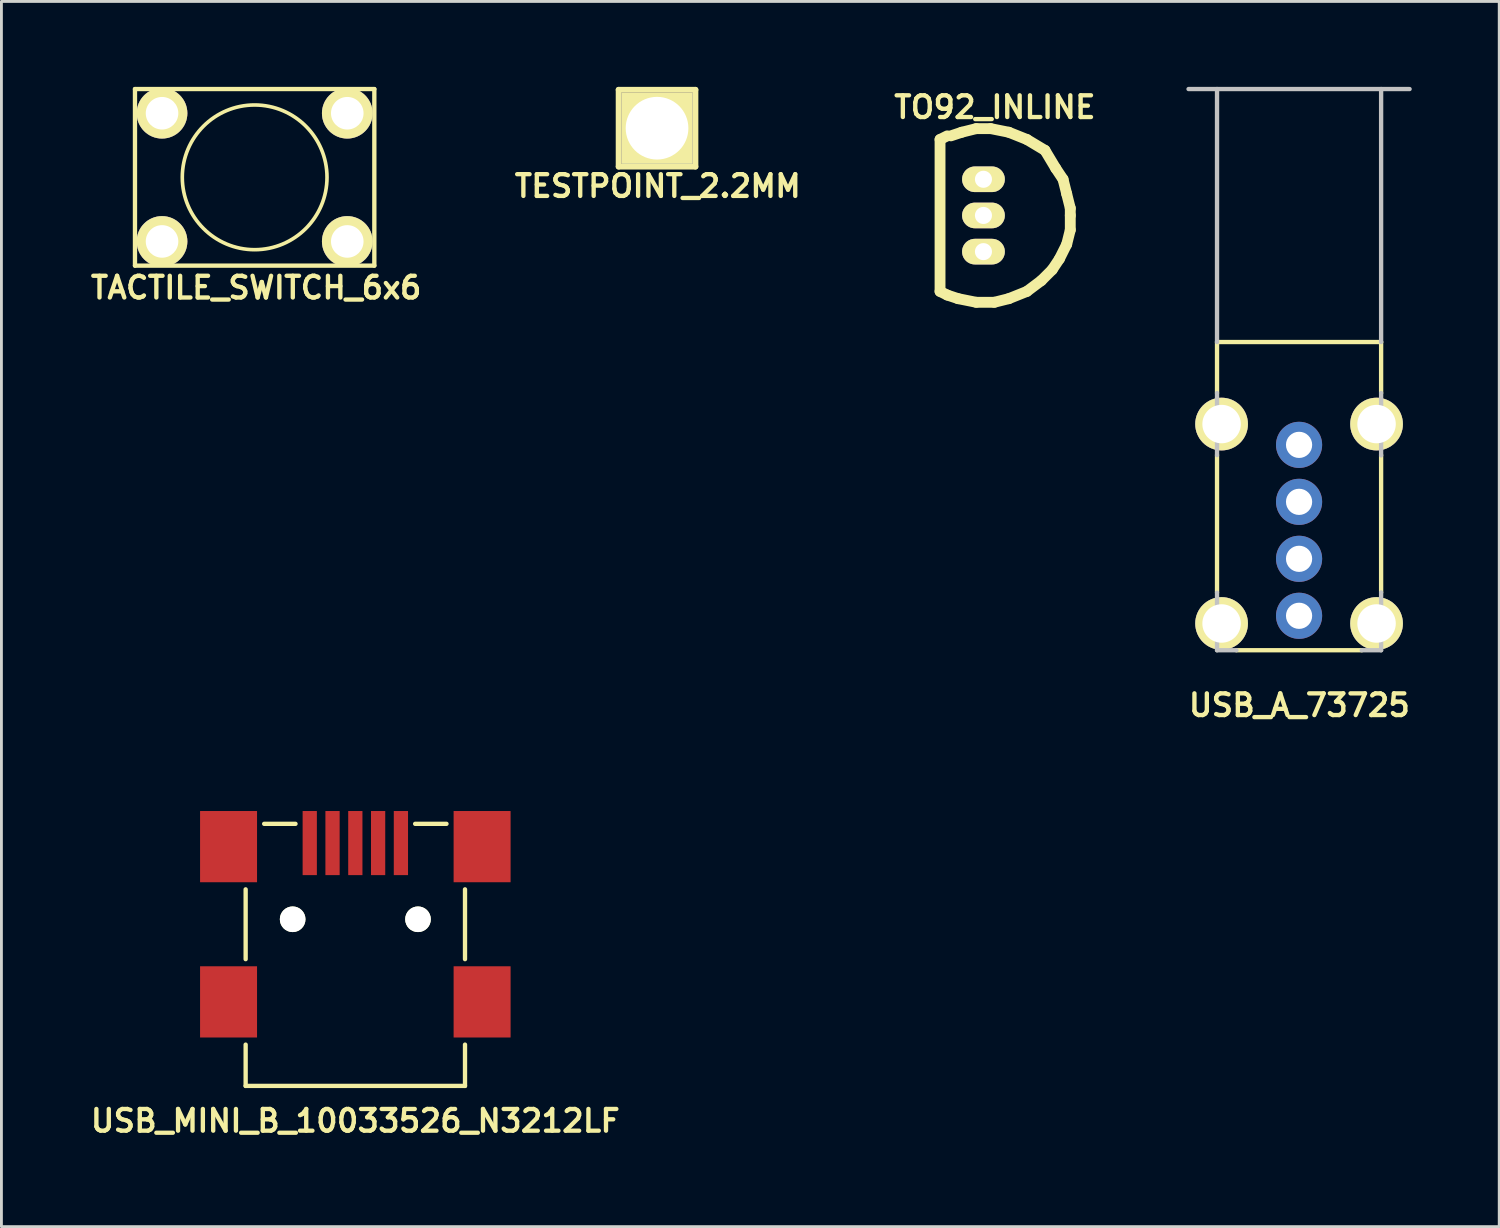
<source format=kicad_pcb>
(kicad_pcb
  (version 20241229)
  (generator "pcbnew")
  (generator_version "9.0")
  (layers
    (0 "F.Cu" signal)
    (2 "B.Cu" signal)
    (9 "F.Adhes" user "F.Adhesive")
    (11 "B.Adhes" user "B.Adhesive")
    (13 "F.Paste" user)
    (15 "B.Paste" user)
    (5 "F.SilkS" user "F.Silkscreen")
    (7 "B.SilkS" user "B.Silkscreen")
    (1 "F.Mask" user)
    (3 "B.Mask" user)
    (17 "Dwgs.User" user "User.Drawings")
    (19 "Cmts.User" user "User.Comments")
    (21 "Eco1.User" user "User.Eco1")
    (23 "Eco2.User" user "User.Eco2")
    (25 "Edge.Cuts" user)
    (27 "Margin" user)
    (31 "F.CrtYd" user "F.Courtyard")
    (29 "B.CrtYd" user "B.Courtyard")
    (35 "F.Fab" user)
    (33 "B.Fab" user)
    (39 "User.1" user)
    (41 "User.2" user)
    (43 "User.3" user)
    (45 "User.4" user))
  (footprint "TESTPOINT_2.2MM"
    (layer "F.Cu")
    (at 20.014 1.45)
    (property "Reference" "TESTPOINT_2.2MM" (at 0.025 2.032 0) (layer "F.SilkS") (effects (font (size 0.762 0.762) (thickness 0.152))))
    (attr through_hole)
    (fp_line (start -1.35 -1.35) (end 1.35 -1.35) (stroke (width 0.2) (type solid)) (layer "F.SilkS"))
    (fp_line (start -1.35 1.35) (end -1.35 -1.35) (stroke (width 0.2) (type solid)) (layer "F.SilkS"))
    (fp_line (start 1.35 1.35) (end -1.35 1.35) (stroke (width 0.2) (type solid)) (layer "F.SilkS"))
    (fp_line (start 1.35 1.35) (end 1.35 -1.35) (stroke (width 0.2) (type solid)) (layer "F.SilkS"))
    (pad "1" thru_hole rect (at 0 0) (size 2.5 2.5) (drill 2.2) (layers "*.Cu" "*.Mask" "F.SilkS")))
  (footprint "TO92_INLINE"
    (layer "F.Cu")
    (at 31.472 4.513)
    (property "Reference" "TO92_INLINE" (at 0.4 -3.8 0) (layer "F.SilkS") (effects (font (size 0.762 0.762) (thickness 0.152))))
    (attr through_hole)
    (fp_line (start -1.524 -2.667) (end -1.524 2.667) (stroke (width 0.381) (type solid)) (layer "F.SilkS"))
    (fp_line (start -1.524 -2.667) (end -1.27 -2.794) (stroke (width 0.381) (type solid)) (layer "F.SilkS"))
    (fp_line (start -1.27 2.794) (end -1.524 2.667) (stroke (width 0.381) (type solid)) (layer "F.SilkS"))
    (fp_line (start -1.143 -2.794) (end -0.762 -2.921) (stroke (width 0.381) (type solid)) (layer "F.SilkS"))
    (fp_line (start -0.889 2.921) (end -1.27 2.794) (stroke (width 0.381) (type solid)) (layer "F.SilkS"))
    (fp_line (start -0.762 -2.921) (end -0.254 -3.048) (stroke (width 0.381) (type solid)) (layer "F.SilkS"))
    (fp_line (start -0.254 -3.048) (end 0.254 -3.048) (stroke (width 0.381) (type solid)) (layer "F.SilkS"))
    (fp_line (start -0.254 3.048) (end -0.889 2.921) (stroke (width 0.381) (type solid)) (layer "F.SilkS"))
    (fp_line (start 0.254 -3.048) (end 0.889 -2.921) (stroke (width 0.381) (type solid)) (layer "F.SilkS"))
    (fp_line (start 0.381 3.048) (end -0.254 3.048) (stroke (width 0.381) (type solid)) (layer "F.SilkS"))
    (fp_line (start 0.889 -2.921) (end 1.524 -2.667) (stroke (width 0.381) (type solid)) (layer "F.SilkS"))
    (fp_line (start 0.889 2.921) (end 0.381 3.048) (stroke (width 0.381) (type solid)) (layer "F.SilkS"))
    (fp_line (start 1.524 -2.667) (end 2.159 -2.286) (stroke (width 0.381) (type solid)) (layer "F.SilkS"))
    (fp_line (start 1.524 2.667) (end 0.889 2.921) (stroke (width 0.381) (type solid)) (layer "F.SilkS"))
    (fp_line (start 2.032 2.286) (end 1.524 2.667) (stroke (width 0.381) (type solid)) (layer "F.SilkS"))
    (fp_line (start 2.159 -2.286) (end 2.54 -1.651) (stroke (width 0.381) (type solid)) (layer "F.SilkS"))
    (fp_line (start 2.413 1.905) (end 2.032 2.286) (stroke (width 0.381) (type solid)) (layer "F.SilkS"))
    (fp_line (start 2.54 -1.651) (end 2.794 -1.27) (stroke (width 0.381) (type solid)) (layer "F.SilkS"))
    (fp_line (start 2.667 1.524) (end 2.413 1.905) (stroke (width 0.381) (type solid)) (layer "F.SilkS"))
    (fp_line (start 2.794 -1.27) (end 2.921 -0.762) (stroke (width 0.381) (type solid)) (layer "F.SilkS"))
    (fp_line (start 2.921 -0.762) (end 3.048 -0.254) (stroke (width 0.381) (type solid)) (layer "F.SilkS"))
    (fp_line (start 2.921 1.016) (end 2.667 1.524) (stroke (width 0.381) (type solid)) (layer "F.SilkS"))
    (fp_line (start 3.048 -0.254) (end 3.048 0) (stroke (width 0.381) (type solid)) (layer "F.SilkS"))
    (fp_line (start 3.048 0) (end 3.048 0.508) (stroke (width 0.381) (type solid)) (layer "F.SilkS"))
    (fp_line (start 3.048 0.508) (end 2.921 1.016) (stroke (width 0.381) (type solid)) (layer "F.SilkS"))
    (pad "1" thru_hole oval (at 0 -1.27 90) (size 0.899 1.501) (drill 0.599) (layers "*.Cu" "*.Mask" "F.SilkS"))
    (pad "2" thru_hole oval (at 0 0 90) (size 0.899 1.501) (drill 0.599) (layers "*.Cu" "*.Mask" "F.SilkS"))
    (pad "3" thru_hole oval (at 0 1.27 90) (size 0.899 1.501) (drill 0.599) (layers "*.Cu" "*.Mask" "F.SilkS")))
  (footprint "USB_A_73725"
    (layer "F.Cu")
    (at 42.551 12.566)
    (property "Reference" "USB_A_73725" (at 0.01 9.14 0) (layer "F.SilkS") (effects (font (size 0.762 0.762) (thickness 0.152))))
    (attr smd)
    (fp_line (start -2.88 -3.61) (end 2.88 -3.61) (stroke (width 0.152) (type solid)) (layer "F.SilkS"))
    (fp_line (start -2.88 -1.82) (end -2.88 -3.61) (stroke (width 0.152) (type solid)) (layer "F.SilkS"))
    (fp_line (start -2.88 0.36) (end -2.88 5.18) (stroke (width 0.152) (type solid)) (layer "F.SilkS"))
    (fp_line (start 2.2 7.21) (end -2.2 7.21) (stroke (width 0.152) (type solid)) (layer "F.SilkS"))
    (fp_line (start 2.88 -1.82) (end 2.88 -3.61) (stroke (width 0.152) (type solid)) (layer "F.SilkS"))
    (fp_line (start 2.88 0.36) (end 2.88 5.18) (stroke (width 0.152) (type solid)) (layer "F.SilkS"))
    (fp_line (start -2.88 -12.49) (end -3.88 -12.49) (stroke (width 0.152) (type solid)) (layer "Dwgs.User"))
    (fp_line (start -2.88 -12.49) (end 2.88 -12.49) (stroke (width 0.152) (type solid)) (layer "Dwgs.User"))
    (fp_line (start -2.88 -3.61) (end -2.88 -12.49) (stroke (width 0.152) (type solid)) (layer "Dwgs.User"))
    (fp_line (start -2.88 -1.82) (end -2.88 0.36) (stroke (width 0.152) (type solid)) (layer "Dwgs.User"))
    (fp_line (start -2.88 7.21) (end -2.88 5.19) (stroke (width 0.152) (type solid)) (layer "Dwgs.User"))
    (fp_line (start -2.2 7.21) (end -2.88 7.21) (stroke (width 0.152) (type solid)) (layer "Dwgs.User"))
    (fp_line (start 2.2 7.21) (end 2.88 7.21) (stroke (width 0.152) (type solid)) (layer "Dwgs.User"))
    (fp_line (start 2.88 -12.49) (end 3.88 -12.49) (stroke (width 0.152) (type solid)) (layer "Dwgs.User"))
    (fp_line (start 2.88 -3.61) (end 2.88 -12.49) (stroke (width 0.152) (type solid)) (layer "Dwgs.User"))
    (fp_line (start 2.88 -1.82) (end 2.88 0.37) (stroke (width 0.152) (type solid)) (layer "Dwgs.User"))
    (fp_line (start 2.88 7.21) (end 2.88 5.18) (stroke (width 0.152) (type solid)) (layer "Dwgs.User"))
    (pad "1" thru_hole circle (at 0 0) (size 1.62 1.62) (drill 0.92) (layers "*.Cu" "*.Mask"))
    (pad "2" thru_hole circle (at 0 2) (size 1.62 1.62) (drill 0.92) (layers "*.Cu" "*.Mask"))
    (pad "3" thru_hole circle (at 0 4) (size 1.62 1.62) (drill 0.92) (layers "*.Cu" "*.Mask"))
    (pad "4" thru_hole circle (at 0 6) (size 1.62 1.62) (drill 0.92) (layers "*.Cu" "*.Mask"))
    (pad "5" thru_hole circle (at -2.72 -0.73) (size 1.85 1.85) (drill 1.35) (layers "*.Cu" "*.Mask" "F.SilkS"))
    (pad "6" thru_hole circle (at -2.72 6.27) (size 1.85 1.85) (drill 1.35) (layers "*.Cu" "*.Mask" "F.SilkS"))
    (pad "7" thru_hole circle (at 2.72 6.27) (size 1.85 1.85) (drill 1.35) (layers "*.Cu" "*.Mask" "F.SilkS"))
    (pad "8" thru_hole circle (at 2.72 -0.73) (size 1.85 1.85) (drill 1.35) (layers "*.Cu" "*.Mask" "F.SilkS")))
  (footprint "USB_MINI_B_10033526_N3212LF"
    (layer "F.Cu")
    (at 9.423 29.394)
    (property "Reference" "USB_MINI_B_10033526_N3212LF" (at 0 6.901 0) (layer "F.SilkS") (effects (font (size 0.762 0.762) (thickness 0.152))))
    (attr through_hole)
    (fp_line (start -3.85 1.225) (end -3.85 -1.225) (stroke (width 0.152) (type solid)) (layer "F.SilkS"))
    (fp_line (start -3.85 5.675) (end -3.85 4.225) (stroke (width 0.152) (type solid)) (layer "F.SilkS"))
    (fp_line (start -3.85 5.675) (end 3.85 5.675) (stroke (width 0.152) (type solid)) (layer "F.SilkS"))
    (fp_line (start -2.1 -3.525) (end -3.2 -3.525) (stroke (width 0.152) (type solid)) (layer "F.SilkS"))
    (fp_line (start 3.2 -3.525) (end 2.1 -3.525) (stroke (width 0.152) (type solid)) (layer "F.SilkS"))
    (fp_line (start 3.85 1.225) (end 3.85 -1.225) (stroke (width 0.152) (type solid)) (layer "F.SilkS"))
    (fp_line (start 3.85 5.675) (end 3.85 4.225) (stroke (width 0.152) (type solid)) (layer "F.SilkS"))
    (pad "" np_thru_hole circle (at -2.2 -0.175 90) (size 0.9 0.9) (drill 0.9) (layers "*.Cu" "*.Mask" "F.SilkS"))
    (pad "" np_thru_hole circle (at 2.2 -0.175 90) (size 0.9 0.9) (drill 0.9) (layers "*.Cu" "*.Mask" "F.SilkS"))
    (pad "1" smd rect (at -1.6 -2.85 90) (size 2.25 0.5) (layers "F.Cu" "F.Mask" "F.Paste"))
    (pad "2" smd rect (at -0.8 -2.85 90) (size 2.25 0.5) (layers "F.Cu" "F.Mask" "F.Paste"))
    (pad "3" smd rect (at 0 -2.85 90) (size 2.25 0.5) (layers "F.Cu" "F.Mask" "F.Paste"))
    (pad "4" smd rect (at 0.8 -2.85 90) (size 2.25 0.5) (layers "F.Cu" "F.Mask" "F.Paste"))
    (pad "5" smd rect (at 1.6 -2.85 90) (size 2.25 0.5) (layers "F.Cu" "F.Mask" "F.Paste"))
    (pad "6" smd rect (at -4.45 -2.725) (size 2 2.5) (layers "F.Cu" "F.Mask" "F.Paste"))
    (pad "7" smd rect (at -4.45 2.725) (size 2 2.5) (layers "F.Cu" "F.Mask" "F.Paste"))
    (pad "8" smd rect (at 4.45 2.725) (size 2 2.5) (layers "F.Cu" "F.Mask" "F.Paste"))
    (pad "9" smd rect (at 4.45 -2.725) (size 2 2.5) (layers "F.Cu" "F.Mask" "F.Paste")))
  (footprint "TACTILE_SWITCH_6x6"
    (layer "F.Cu")
    (at 5.889 3.175)
    (property "Reference" "TACTILE_SWITCH_6x6" (at 0.051 3.873 0) (layer "F.SilkS") (effects (font (size 0.762 0.762) (thickness 0.152))))
    (attr through_hole)
    (fp_line (start -4.201 -3.099) (end 4.201 -3.099) (stroke (width 0.152) (type solid)) (layer "F.SilkS"))
    (fp_line (start -4.201 3.099) (end -4.201 -3.099) (stroke (width 0.152) (type solid)) (layer "F.SilkS"))
    (fp_line (start 4.201 -3.099) (end 4.201 3.099) (stroke (width 0.152) (type solid)) (layer "F.SilkS"))
    (fp_line (start 4.201 3.099) (end -4.201 3.099) (stroke (width 0.152) (type solid)) (layer "F.SilkS"))
    (fp_circle (center 0 0) (end 0 -2.54) (stroke (width 0.127) (type solid)) (fill no) (layer "F.SilkS"))
    (pad "1" thru_hole circle (at -3.251 -2.25) (size 1.778 1.778) (drill 1.143) (layers "*.Cu" "*.Mask" "F.SilkS"))
    (pad "2" thru_hole circle (at 3.251 -2.25) (size 1.778 1.778) (drill 1.143) (layers "*.Cu" "*.Mask" "F.SilkS"))
    (pad "3" thru_hole circle (at -3.251 2.25) (size 1.778 1.778) (drill 1.143) (layers "*.Cu" "*.Mask" "F.SilkS"))
    (pad "4" thru_hole circle (at 3.251 2.25) (size 1.778 1.778) (drill 1.143) (layers "*.Cu" "*.Mask" "F.SilkS")))
  (gr_rect
    (start -3 -3)
    (end 49.577 40.009)
    (stroke (width 0.1) (type default))
    (fill no)
    (layer "Edge.Cuts")))
</source>
